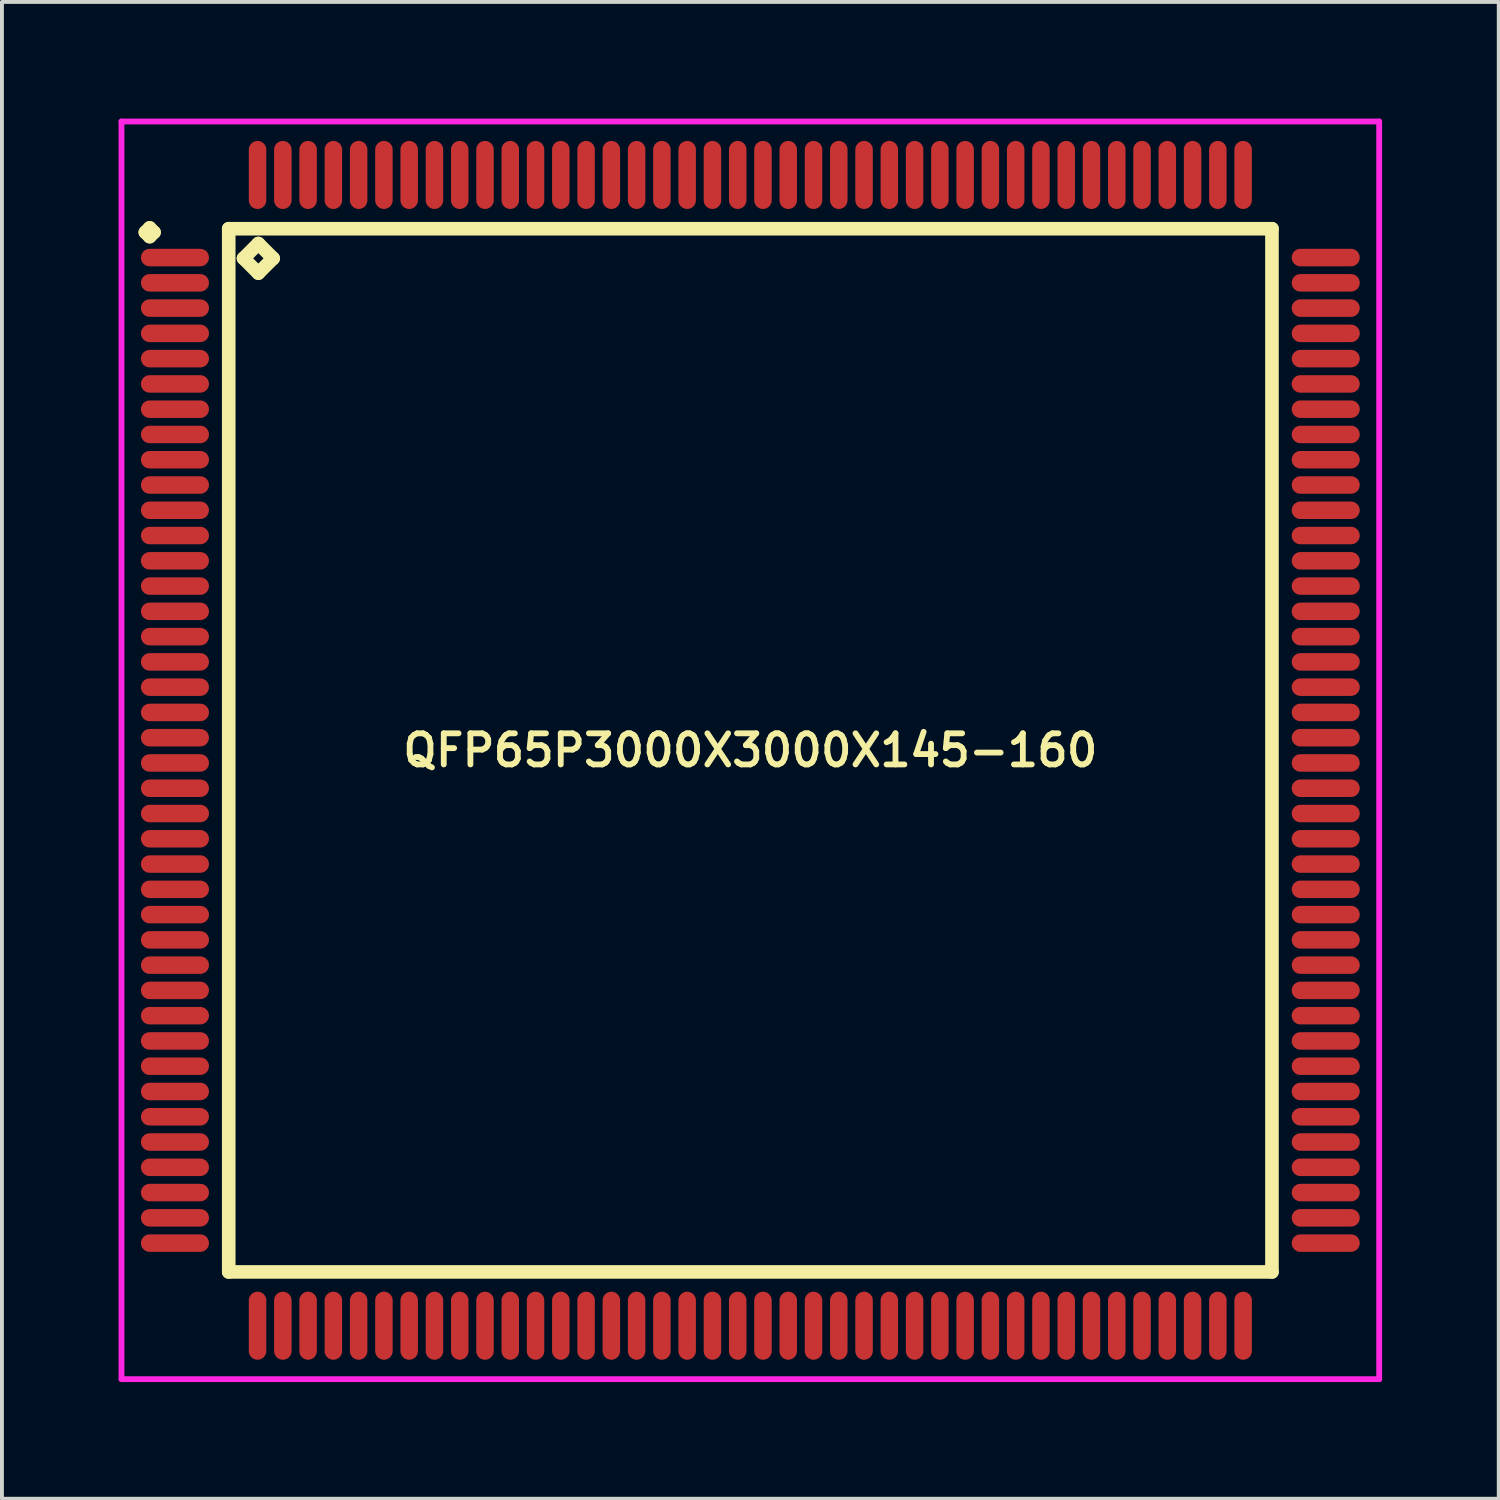
<source format=kicad_pcb>
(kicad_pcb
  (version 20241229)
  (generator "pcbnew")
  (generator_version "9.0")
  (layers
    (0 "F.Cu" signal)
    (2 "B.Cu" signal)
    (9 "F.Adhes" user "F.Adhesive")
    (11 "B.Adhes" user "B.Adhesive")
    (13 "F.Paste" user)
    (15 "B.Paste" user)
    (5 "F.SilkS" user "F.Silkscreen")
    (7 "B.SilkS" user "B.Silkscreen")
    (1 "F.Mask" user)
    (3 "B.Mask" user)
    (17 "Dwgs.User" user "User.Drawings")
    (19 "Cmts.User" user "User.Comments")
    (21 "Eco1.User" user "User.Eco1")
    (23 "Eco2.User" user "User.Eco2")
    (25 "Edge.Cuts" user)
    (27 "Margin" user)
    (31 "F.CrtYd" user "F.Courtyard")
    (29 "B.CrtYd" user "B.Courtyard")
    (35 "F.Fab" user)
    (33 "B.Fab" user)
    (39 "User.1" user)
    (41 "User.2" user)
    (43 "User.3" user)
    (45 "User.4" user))
  (footprint "QFP65P3000X3000X145-160"
    (layer "F.Cu")
    (at 16.25 16.25)
    (property "Reference" "QFP65P3000X3000X145-160" (at 0 0 0) (layer "F.SilkS") (effects (font (size 0.8 0.8) (thickness 0.15))))
    (attr smd)
    (fp_line (start -15.562 -13.325) (end -15.45 -13.438) (stroke (width 0.35) (type solid)) (layer "F.SilkS"))
    (fp_line (start -15.45 -13.438) (end -15.338 -13.325) (stroke (width 0.35) (type solid)) (layer "F.SilkS"))
    (fp_line (start -15.45 -13.213) (end -15.562 -13.325) (stroke (width 0.35) (type solid)) (layer "F.SilkS"))
    (fp_line (start -15.338 -13.325) (end -15.45 -13.213) (stroke (width 0.35) (type solid)) (layer "F.SilkS"))
    (fp_line (start -13.417 -13.417) (end -13.417 13.417) (stroke (width 0.35) (type solid)) (layer "F.SilkS"))
    (fp_line (start -13.417 13.417) (end 13.417 13.417) (stroke (width 0.35) (type solid)) (layer "F.SilkS"))
    (fp_line (start -13.036 -12.655) (end -12.655 -13.036) (stroke (width 0.35) (type solid)) (layer "F.SilkS"))
    (fp_line (start -12.655 -13.036) (end -12.274 -12.655) (stroke (width 0.35) (type solid)) (layer "F.SilkS"))
    (fp_line (start -12.655 -12.274) (end -13.036 -12.655) (stroke (width 0.35) (type solid)) (layer "F.SilkS"))
    (fp_line (start -12.274 -12.655) (end -12.655 -12.274) (stroke (width 0.35) (type solid)) (layer "F.SilkS"))
    (fp_line (start 13.417 -13.417) (end -13.417 -13.417) (stroke (width 0.35) (type solid)) (layer "F.SilkS"))
    (fp_line (start 13.417 13.417) (end 13.417 -13.417) (stroke (width 0.35) (type solid)) (layer "F.SilkS"))
    (fp_line (start -16.175 -16.175) (end 16.175 -16.175) (stroke (width 0.15) (type solid)) (layer "F.CrtYd"))
    (fp_line (start -16.175 16.175) (end -16.175 -16.175) (stroke (width 0.15) (type solid)) (layer "F.CrtYd"))
    (fp_line (start 16.175 -16.175) (end 16.175 16.175) (stroke (width 0.15) (type solid)) (layer "F.CrtYd"))
    (fp_line (start 16.175 16.175) (end -16.175 16.175) (stroke (width 0.15) (type solid)) (layer "F.CrtYd"))
    (pad "1" smd oval (at -14.8 -12.675) (size 1.75 0.45) (layers "F.Cu" "F.Mask" "F.Paste"))
    (pad "2" smd oval (at -14.8 -12.025) (size 1.75 0.45) (layers "F.Cu" "F.Mask" "F.Paste"))
    (pad "3" smd oval (at -14.8 -11.375) (size 1.75 0.45) (layers "F.Cu" "F.Mask" "F.Paste"))
    (pad "4" smd oval (at -14.8 -10.725) (size 1.75 0.45) (layers "F.Cu" "F.Mask" "F.Paste"))
    (pad "5" smd oval (at -14.8 -10.075) (size 1.75 0.45) (layers "F.Cu" "F.Mask" "F.Paste"))
    (pad "6" smd oval (at -14.8 -9.425) (size 1.75 0.45) (layers "F.Cu" "F.Mask" "F.Paste"))
    (pad "7" smd oval (at -14.8 -8.775) (size 1.75 0.45) (layers "F.Cu" "F.Mask" "F.Paste"))
    (pad "8" smd oval (at -14.8 -8.125) (size 1.75 0.45) (layers "F.Cu" "F.Mask" "F.Paste"))
    (pad "9" smd oval (at -14.8 -7.475) (size 1.75 0.45) (layers "F.Cu" "F.Mask" "F.Paste"))
    (pad "10" smd oval (at -14.8 -6.825) (size 1.75 0.45) (layers "F.Cu" "F.Mask" "F.Paste"))
    (pad "11" smd oval (at -14.8 -6.175) (size 1.75 0.45) (layers "F.Cu" "F.Mask" "F.Paste"))
    (pad "12" smd oval (at -14.8 -5.525) (size 1.75 0.45) (layers "F.Cu" "F.Mask" "F.Paste"))
    (pad "13" smd oval (at -14.8 -4.875) (size 1.75 0.45) (layers "F.Cu" "F.Mask" "F.Paste"))
    (pad "14" smd oval (at -14.8 -4.225) (size 1.75 0.45) (layers "F.Cu" "F.Mask" "F.Paste"))
    (pad "15" smd oval (at -14.8 -3.575) (size 1.75 0.45) (layers "F.Cu" "F.Mask" "F.Paste"))
    (pad "16" smd oval (at -14.8 -2.925) (size 1.75 0.45) (layers "F.Cu" "F.Mask" "F.Paste"))
    (pad "17" smd oval (at -14.8 -2.275) (size 1.75 0.45) (layers "F.Cu" "F.Mask" "F.Paste"))
    (pad "18" smd oval (at -14.8 -1.625) (size 1.75 0.45) (layers "F.Cu" "F.Mask" "F.Paste"))
    (pad "19" smd oval (at -14.8 -0.975) (size 1.75 0.45) (layers "F.Cu" "F.Mask" "F.Paste"))
    (pad "20" smd oval (at -14.8 -0.325) (size 1.75 0.45) (layers "F.Cu" "F.Mask" "F.Paste"))
    (pad "21" smd oval (at -14.8 0.325) (size 1.75 0.45) (layers "F.Cu" "F.Mask" "F.Paste"))
    (pad "22" smd oval (at -14.8 0.975) (size 1.75 0.45) (layers "F.Cu" "F.Mask" "F.Paste"))
    (pad "23" smd oval (at -14.8 1.625) (size 1.75 0.45) (layers "F.Cu" "F.Mask" "F.Paste"))
    (pad "24" smd oval (at -14.8 2.275) (size 1.75 0.45) (layers "F.Cu" "F.Mask" "F.Paste"))
    (pad "25" smd oval (at -14.8 2.925) (size 1.75 0.45) (layers "F.Cu" "F.Mask" "F.Paste"))
    (pad "26" smd oval (at -14.8 3.575) (size 1.75 0.45) (layers "F.Cu" "F.Mask" "F.Paste"))
    (pad "27" smd oval (at -14.8 4.225) (size 1.75 0.45) (layers "F.Cu" "F.Mask" "F.Paste"))
    (pad "28" smd oval (at -14.8 4.875) (size 1.75 0.45) (layers "F.Cu" "F.Mask" "F.Paste"))
    (pad "29" smd oval (at -14.8 5.525) (size 1.75 0.45) (layers "F.Cu" "F.Mask" "F.Paste"))
    (pad "30" smd oval (at -14.8 6.175) (size 1.75 0.45) (layers "F.Cu" "F.Mask" "F.Paste"))
    (pad "31" smd oval (at -14.8 6.825) (size 1.75 0.45) (layers "F.Cu" "F.Mask" "F.Paste"))
    (pad "32" smd oval (at -14.8 7.475) (size 1.75 0.45) (layers "F.Cu" "F.Mask" "F.Paste"))
    (pad "33" smd oval (at -14.8 8.125) (size 1.75 0.45) (layers "F.Cu" "F.Mask" "F.Paste"))
    (pad "34" smd oval (at -14.8 8.775) (size 1.75 0.45) (layers "F.Cu" "F.Mask" "F.Paste"))
    (pad "35" smd oval (at -14.8 9.425) (size 1.75 0.45) (layers "F.Cu" "F.Mask" "F.Paste"))
    (pad "36" smd oval (at -14.8 10.075) (size 1.75 0.45) (layers "F.Cu" "F.Mask" "F.Paste"))
    (pad "37" smd oval (at -14.8 10.725) (size 1.75 0.45) (layers "F.Cu" "F.Mask" "F.Paste"))
    (pad "38" smd oval (at -14.8 11.375) (size 1.75 0.45) (layers "F.Cu" "F.Mask" "F.Paste"))
    (pad "39" smd oval (at -14.8 12.025) (size 1.75 0.45) (layers "F.Cu" "F.Mask" "F.Paste"))
    (pad "40" smd oval (at -14.8 12.675) (size 1.75 0.45) (layers "F.Cu" "F.Mask" "F.Paste"))
    (pad "41" smd oval (at -12.675 14.8) (size 0.45 1.75) (layers "F.Cu" "F.Mask" "F.Paste"))
    (pad "42" smd oval (at -12.025 14.8) (size 0.45 1.75) (layers "F.Cu" "F.Mask" "F.Paste"))
    (pad "43" smd oval (at -11.375 14.8) (size 0.45 1.75) (layers "F.Cu" "F.Mask" "F.Paste"))
    (pad "44" smd oval (at -10.725 14.8) (size 0.45 1.75) (layers "F.Cu" "F.Mask" "F.Paste"))
    (pad "45" smd oval (at -10.075 14.8) (size 0.45 1.75) (layers "F.Cu" "F.Mask" "F.Paste"))
    (pad "46" smd oval (at -9.425 14.8) (size 0.45 1.75) (layers "F.Cu" "F.Mask" "F.Paste"))
    (pad "47" smd oval (at -8.775 14.8) (size 0.45 1.75) (layers "F.Cu" "F.Mask" "F.Paste"))
    (pad "48" smd oval (at -8.125 14.8) (size 0.45 1.75) (layers "F.Cu" "F.Mask" "F.Paste"))
    (pad "49" smd oval (at -7.475 14.8) (size 0.45 1.75) (layers "F.Cu" "F.Mask" "F.Paste"))
    (pad "50" smd oval (at -6.825 14.8) (size 0.45 1.75) (layers "F.Cu" "F.Mask" "F.Paste"))
    (pad "51" smd oval (at -6.175 14.8) (size 0.45 1.75) (layers "F.Cu" "F.Mask" "F.Paste"))
    (pad "52" smd oval (at -5.525 14.8) (size 0.45 1.75) (layers "F.Cu" "F.Mask" "F.Paste"))
    (pad "53" smd oval (at -4.875 14.8) (size 0.45 1.75) (layers "F.Cu" "F.Mask" "F.Paste"))
    (pad "54" smd oval (at -4.225 14.8) (size 0.45 1.75) (layers "F.Cu" "F.Mask" "F.Paste"))
    (pad "55" smd oval (at -3.575 14.8) (size 0.45 1.75) (layers "F.Cu" "F.Mask" "F.Paste"))
    (pad "56" smd oval (at -2.925 14.8) (size 0.45 1.75) (layers "F.Cu" "F.Mask" "F.Paste"))
    (pad "57" smd oval (at -2.275 14.8) (size 0.45 1.75) (layers "F.Cu" "F.Mask" "F.Paste"))
    (pad "58" smd oval (at -1.625 14.8) (size 0.45 1.75) (layers "F.Cu" "F.Mask" "F.Paste"))
    (pad "59" smd oval (at -0.975 14.8) (size 0.45 1.75) (layers "F.Cu" "F.Mask" "F.Paste"))
    (pad "60" smd oval (at -0.325 14.8) (size 0.45 1.75) (layers "F.Cu" "F.Mask" "F.Paste"))
    (pad "61" smd oval (at 0.325 14.8) (size 0.45 1.75) (layers "F.Cu" "F.Mask" "F.Paste"))
    (pad "62" smd oval (at 0.975 14.8) (size 0.45 1.75) (layers "F.Cu" "F.Mask" "F.Paste"))
    (pad "63" smd oval (at 1.625 14.8) (size 0.45 1.75) (layers "F.Cu" "F.Mask" "F.Paste"))
    (pad "64" smd oval (at 2.275 14.8) (size 0.45 1.75) (layers "F.Cu" "F.Mask" "F.Paste"))
    (pad "65" smd oval (at 2.925 14.8) (size 0.45 1.75) (layers "F.Cu" "F.Mask" "F.Paste"))
    (pad "66" smd oval (at 3.575 14.8) (size 0.45 1.75) (layers "F.Cu" "F.Mask" "F.Paste"))
    (pad "67" smd oval (at 4.225 14.8) (size 0.45 1.75) (layers "F.Cu" "F.Mask" "F.Paste"))
    (pad "68" smd oval (at 4.875 14.8) (size 0.45 1.75) (layers "F.Cu" "F.Mask" "F.Paste"))
    (pad "69" smd oval (at 5.525 14.8) (size 0.45 1.75) (layers "F.Cu" "F.Mask" "F.Paste"))
    (pad "70" smd oval (at 6.175 14.8) (size 0.45 1.75) (layers "F.Cu" "F.Mask" "F.Paste"))
    (pad "71" smd oval (at 6.825 14.8) (size 0.45 1.75) (layers "F.Cu" "F.Mask" "F.Paste"))
    (pad "72" smd oval (at 7.475 14.8) (size 0.45 1.75) (layers "F.Cu" "F.Mask" "F.Paste"))
    (pad "73" smd oval (at 8.125 14.8) (size 0.45 1.75) (layers "F.Cu" "F.Mask" "F.Paste"))
    (pad "74" smd oval (at 8.775 14.8) (size 0.45 1.75) (layers "F.Cu" "F.Mask" "F.Paste"))
    (pad "75" smd oval (at 9.425 14.8) (size 0.45 1.75) (layers "F.Cu" "F.Mask" "F.Paste"))
    (pad "76" smd oval (at 10.075 14.8) (size 0.45 1.75) (layers "F.Cu" "F.Mask" "F.Paste"))
    (pad "77" smd oval (at 10.725 14.8) (size 0.45 1.75) (layers "F.Cu" "F.Mask" "F.Paste"))
    (pad "78" smd oval (at 11.375 14.8) (size 0.45 1.75) (layers "F.Cu" "F.Mask" "F.Paste"))
    (pad "79" smd oval (at 12.025 14.8) (size 0.45 1.75) (layers "F.Cu" "F.Mask" "F.Paste"))
    (pad "80" smd oval (at 12.675 14.8) (size 0.45 1.75) (layers "F.Cu" "F.Mask" "F.Paste"))
    (pad "81" smd oval (at 14.8 12.675) (size 1.75 0.45) (layers "F.Cu" "F.Mask" "F.Paste"))
    (pad "82" smd oval (at 14.8 12.025) (size 1.75 0.45) (layers "F.Cu" "F.Mask" "F.Paste"))
    (pad "83" smd oval (at 14.8 11.375) (size 1.75 0.45) (layers "F.Cu" "F.Mask" "F.Paste"))
    (pad "84" smd oval (at 14.8 10.725) (size 1.75 0.45) (layers "F.Cu" "F.Mask" "F.Paste"))
    (pad "85" smd oval (at 14.8 10.075) (size 1.75 0.45) (layers "F.Cu" "F.Mask" "F.Paste"))
    (pad "86" smd oval (at 14.8 9.425) (size 1.75 0.45) (layers "F.Cu" "F.Mask" "F.Paste"))
    (pad "87" smd oval (at 14.8 8.775) (size 1.75 0.45) (layers "F.Cu" "F.Mask" "F.Paste"))
    (pad "88" smd oval (at 14.8 8.125) (size 1.75 0.45) (layers "F.Cu" "F.Mask" "F.Paste"))
    (pad "89" smd oval (at 14.8 7.475) (size 1.75 0.45) (layers "F.Cu" "F.Mask" "F.Paste"))
    (pad "90" smd oval (at 14.8 6.825) (size 1.75 0.45) (layers "F.Cu" "F.Mask" "F.Paste"))
    (pad "91" smd oval (at 14.8 6.175) (size 1.75 0.45) (layers "F.Cu" "F.Mask" "F.Paste"))
    (pad "92" smd oval (at 14.8 5.525) (size 1.75 0.45) (layers "F.Cu" "F.Mask" "F.Paste"))
    (pad "93" smd oval (at 14.8 4.875) (size 1.75 0.45) (layers "F.Cu" "F.Mask" "F.Paste"))
    (pad "94" smd oval (at 14.8 4.225) (size 1.75 0.45) (layers "F.Cu" "F.Mask" "F.Paste"))
    (pad "95" smd oval (at 14.8 3.575) (size 1.75 0.45) (layers "F.Cu" "F.Mask" "F.Paste"))
    (pad "96" smd oval (at 14.8 2.925) (size 1.75 0.45) (layers "F.Cu" "F.Mask" "F.Paste"))
    (pad "97" smd oval (at 14.8 2.275) (size 1.75 0.45) (layers "F.Cu" "F.Mask" "F.Paste"))
    (pad "98" smd oval (at 14.8 1.625) (size 1.75 0.45) (layers "F.Cu" "F.Mask" "F.Paste"))
    (pad "99" smd oval (at 14.8 0.975) (size 1.75 0.45) (layers "F.Cu" "F.Mask" "F.Paste"))
    (pad "100" smd oval (at 14.8 0.325) (size 1.75 0.45) (layers "F.Cu" "F.Mask" "F.Paste"))
    (pad "101" smd oval (at 14.8 -0.325) (size 1.75 0.45) (layers "F.Cu" "F.Mask" "F.Paste"))
    (pad "102" smd oval (at 14.8 -0.975) (size 1.75 0.45) (layers "F.Cu" "F.Mask" "F.Paste"))
    (pad "103" smd oval (at 14.8 -1.625) (size 1.75 0.45) (layers "F.Cu" "F.Mask" "F.Paste"))
    (pad "104" smd oval (at 14.8 -2.275) (size 1.75 0.45) (layers "F.Cu" "F.Mask" "F.Paste"))
    (pad "105" smd oval (at 14.8 -2.925) (size 1.75 0.45) (layers "F.Cu" "F.Mask" "F.Paste"))
    (pad "106" smd oval (at 14.8 -3.575) (size 1.75 0.45) (layers "F.Cu" "F.Mask" "F.Paste"))
    (pad "107" smd oval (at 14.8 -4.225) (size 1.75 0.45) (layers "F.Cu" "F.Mask" "F.Paste"))
    (pad "108" smd oval (at 14.8 -4.875) (size 1.75 0.45) (layers "F.Cu" "F.Mask" "F.Paste"))
    (pad "109" smd oval (at 14.8 -5.525) (size 1.75 0.45) (layers "F.Cu" "F.Mask" "F.Paste"))
    (pad "110" smd oval (at 14.8 -6.175) (size 1.75 0.45) (layers "F.Cu" "F.Mask" "F.Paste"))
    (pad "111" smd oval (at 14.8 -6.825) (size 1.75 0.45) (layers "F.Cu" "F.Mask" "F.Paste"))
    (pad "112" smd oval (at 14.8 -7.475) (size 1.75 0.45) (layers "F.Cu" "F.Mask" "F.Paste"))
    (pad "113" smd oval (at 14.8 -8.125) (size 1.75 0.45) (layers "F.Cu" "F.Mask" "F.Paste"))
    (pad "114" smd oval (at 14.8 -8.775) (size 1.75 0.45) (layers "F.Cu" "F.Mask" "F.Paste"))
    (pad "115" smd oval (at 14.8 -9.425) (size 1.75 0.45) (layers "F.Cu" "F.Mask" "F.Paste"))
    (pad "116" smd oval (at 14.8 -10.075) (size 1.75 0.45) (layers "F.Cu" "F.Mask" "F.Paste"))
    (pad "117" smd oval (at 14.8 -10.725) (size 1.75 0.45) (layers "F.Cu" "F.Mask" "F.Paste"))
    (pad "118" smd oval (at 14.8 -11.375) (size 1.75 0.45) (layers "F.Cu" "F.Mask" "F.Paste"))
    (pad "119" smd oval (at 14.8 -12.025) (size 1.75 0.45) (layers "F.Cu" "F.Mask" "F.Paste"))
    (pad "120" smd oval (at 14.8 -12.675) (size 1.75 0.45) (layers "F.Cu" "F.Mask" "F.Paste"))
    (pad "121" smd oval (at 12.675 -14.8) (size 0.45 1.75) (layers "F.Cu" "F.Mask" "F.Paste"))
    (pad "122" smd oval (at 12.025 -14.8) (size 0.45 1.75) (layers "F.Cu" "F.Mask" "F.Paste"))
    (pad "123" smd oval (at 11.375 -14.8) (size 0.45 1.75) (layers "F.Cu" "F.Mask" "F.Paste"))
    (pad "124" smd oval (at 10.725 -14.8) (size 0.45 1.75) (layers "F.Cu" "F.Mask" "F.Paste"))
    (pad "125" smd oval (at 10.075 -14.8) (size 0.45 1.75) (layers "F.Cu" "F.Mask" "F.Paste"))
    (pad "126" smd oval (at 9.425 -14.8) (size 0.45 1.75) (layers "F.Cu" "F.Mask" "F.Paste"))
    (pad "127" smd oval (at 8.775 -14.8) (size 0.45 1.75) (layers "F.Cu" "F.Mask" "F.Paste"))
    (pad "128" smd oval (at 8.125 -14.8) (size 0.45 1.75) (layers "F.Cu" "F.Mask" "F.Paste"))
    (pad "129" smd oval (at 7.475 -14.8) (size 0.45 1.75) (layers "F.Cu" "F.Mask" "F.Paste"))
    (pad "130" smd oval (at 6.825 -14.8) (size 0.45 1.75) (layers "F.Cu" "F.Mask" "F.Paste"))
    (pad "131" smd oval (at 6.175 -14.8) (size 0.45 1.75) (layers "F.Cu" "F.Mask" "F.Paste"))
    (pad "132" smd oval (at 5.525 -14.8) (size 0.45 1.75) (layers "F.Cu" "F.Mask" "F.Paste"))
    (pad "133" smd oval (at 4.875 -14.8) (size 0.45 1.75) (layers "F.Cu" "F.Mask" "F.Paste"))
    (pad "134" smd oval (at 4.225 -14.8) (size 0.45 1.75) (layers "F.Cu" "F.Mask" "F.Paste"))
    (pad "135" smd oval (at 3.575 -14.8) (size 0.45 1.75) (layers "F.Cu" "F.Mask" "F.Paste"))
    (pad "136" smd oval (at 2.925 -14.8) (size 0.45 1.75) (layers "F.Cu" "F.Mask" "F.Paste"))
    (pad "137" smd oval (at 2.275 -14.8) (size 0.45 1.75) (layers "F.Cu" "F.Mask" "F.Paste"))
    (pad "138" smd oval (at 1.625 -14.8) (size 0.45 1.75) (layers "F.Cu" "F.Mask" "F.Paste"))
    (pad "139" smd oval (at 0.975 -14.8) (size 0.45 1.75) (layers "F.Cu" "F.Mask" "F.Paste"))
    (pad "140" smd oval (at 0.325 -14.8) (size 0.45 1.75) (layers "F.Cu" "F.Mask" "F.Paste"))
    (pad "141" smd oval (at -0.325 -14.8) (size 0.45 1.75) (layers "F.Cu" "F.Mask" "F.Paste"))
    (pad "142" smd oval (at -0.975 -14.8) (size 0.45 1.75) (layers "F.Cu" "F.Mask" "F.Paste"))
    (pad "143" smd oval (at -1.625 -14.8) (size 0.45 1.75) (layers "F.Cu" "F.Mask" "F.Paste"))
    (pad "144" smd oval (at -2.275 -14.8) (size 0.45 1.75) (layers "F.Cu" "F.Mask" "F.Paste"))
    (pad "145" smd oval (at -2.925 -14.8) (size 0.45 1.75) (layers "F.Cu" "F.Mask" "F.Paste"))
    (pad "146" smd oval (at -3.575 -14.8) (size 0.45 1.75) (layers "F.Cu" "F.Mask" "F.Paste"))
    (pad "147" smd oval (at -4.225 -14.8) (size 0.45 1.75) (layers "F.Cu" "F.Mask" "F.Paste"))
    (pad "148" smd oval (at -4.875 -14.8) (size 0.45 1.75) (layers "F.Cu" "F.Mask" "F.Paste"))
    (pad "149" smd oval (at -5.525 -14.8) (size 0.45 1.75) (layers "F.Cu" "F.Mask" "F.Paste"))
    (pad "150" smd oval (at -6.175 -14.8) (size 0.45 1.75) (layers "F.Cu" "F.Mask" "F.Paste"))
    (pad "151" smd oval (at -6.825 -14.8) (size 0.45 1.75) (layers "F.Cu" "F.Mask" "F.Paste"))
    (pad "152" smd oval (at -7.475 -14.8) (size 0.45 1.75) (layers "F.Cu" "F.Mask" "F.Paste"))
    (pad "153" smd oval (at -8.125 -14.8) (size 0.45 1.75) (layers "F.Cu" "F.Mask" "F.Paste"))
    (pad "154" smd oval (at -8.775 -14.8) (size 0.45 1.75) (layers "F.Cu" "F.Mask" "F.Paste"))
    (pad "155" smd oval (at -9.425 -14.8) (size 0.45 1.75) (layers "F.Cu" "F.Mask" "F.Paste"))
    (pad "156" smd oval (at -10.075 -14.8) (size 0.45 1.75) (layers "F.Cu" "F.Mask" "F.Paste"))
    (pad "157" smd oval (at -10.725 -14.8) (size 0.45 1.75) (layers "F.Cu" "F.Mask" "F.Paste"))
    (pad "158" smd oval (at -11.375 -14.8) (size 0.45 1.75) (layers "F.Cu" "F.Mask" "F.Paste"))
    (pad "159" smd oval (at -12.025 -14.8) (size 0.45 1.75) (layers "F.Cu" "F.Mask" "F.Paste"))
    (pad "160" smd oval (at -12.675 -14.8) (size 0.45 1.75) (layers "F.Cu" "F.Mask" "F.Paste")))
  (gr_rect
    (start -3 -3)
    (end 35.5 35.5)
    (stroke (width 0.1) (type default))
    (fill no)
    (layer "Edge.Cuts")))
</source>
